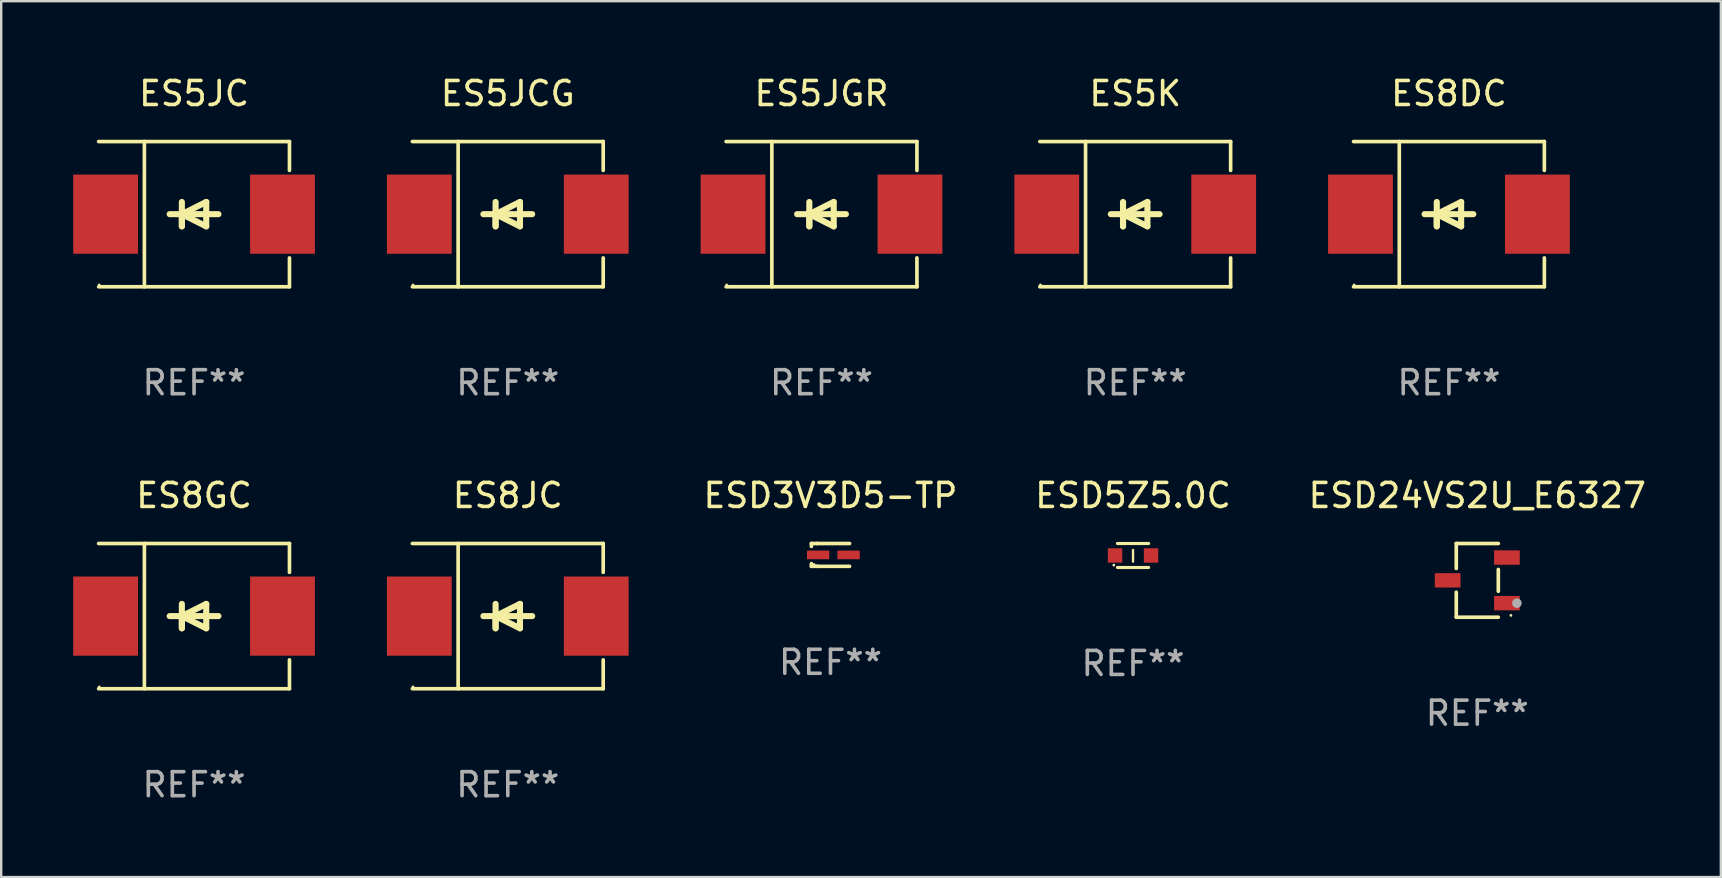
<source format=kicad_pcb>
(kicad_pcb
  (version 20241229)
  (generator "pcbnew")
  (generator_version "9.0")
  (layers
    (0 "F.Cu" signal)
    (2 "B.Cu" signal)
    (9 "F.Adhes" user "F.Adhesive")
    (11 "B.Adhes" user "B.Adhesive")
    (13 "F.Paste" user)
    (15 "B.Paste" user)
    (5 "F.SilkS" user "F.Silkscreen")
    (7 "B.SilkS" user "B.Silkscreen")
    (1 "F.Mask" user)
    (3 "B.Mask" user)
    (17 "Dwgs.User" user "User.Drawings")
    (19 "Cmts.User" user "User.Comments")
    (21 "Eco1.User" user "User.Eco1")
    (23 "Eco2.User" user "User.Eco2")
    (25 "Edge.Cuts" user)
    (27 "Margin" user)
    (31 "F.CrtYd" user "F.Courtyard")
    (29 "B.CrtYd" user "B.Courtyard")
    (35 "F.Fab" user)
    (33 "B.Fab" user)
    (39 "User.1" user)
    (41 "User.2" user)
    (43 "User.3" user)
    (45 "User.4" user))
  (footprint "ES8DC"
    (layer "F.Cu")
    (at 57.327 5.874)
    (property "Reference" "ES8DC" (at 0 -5.026 0) (layer "F.SilkS") (effects (font (size 1 1) (thickness 0.15))))
    (attr through_hole)
    (fp_line (start -3.976 -3.026) (end 3.976 -3.026) (stroke (width 0.152) (type solid)) (layer "F.SilkS"))
    (fp_line (start -3.976 3.026) (end 3.976 3.026) (stroke (width 0.152) (type solid)) (layer "F.SilkS"))
    (fp_line (start -2.069 -3.026) (end -2.069 3.026) (stroke (width 0.152) (type solid)) (layer "F.SilkS"))
    (fp_line (start -0.508 0) (end -0.508 0.508) (stroke (width 0.254) (type solid)) (layer "F.SilkS"))
    (fp_line (start -0.508 0) (end 0.508 0.508) (stroke (width 0.254) (type solid)) (layer "F.SilkS"))
    (fp_line (start -0.508 0.508) (end -0.508 -0.508) (stroke (width 0.254) (type solid)) (layer "F.SilkS"))
    (fp_line (start 0.508 -0.508) (end -0.508 0) (stroke (width 0.254) (type solid)) (layer "F.SilkS"))
    (fp_line (start 0.508 0.508) (end 0.508 -0.508) (stroke (width 0.254) (type solid)) (layer "F.SilkS"))
    (fp_line (start 1.016 0) (end -1.016 0) (stroke (width 0.254) (type solid)) (layer "F.SilkS"))
    (fp_line (start 3.976 -3.026) (end 3.976 -1.823) (stroke (width 0.152) (type solid)) (layer "F.SilkS"))
    (fp_line (start 3.976 3.026) (end 3.976 1.823) (stroke (width 0.152) (type solid)) (layer "F.SilkS"))
    (fp_circle (center -3.95 2.95) (end -3.92 2.95) (stroke (width 0.06) (type solid)) (fill no) (layer "F.SilkS"))
    (fp_text user "REF**" (at 0 7.026 0) (layer "F.Fab") (effects (font (size 1 1) (thickness 0.15))))
    (pad "1" smd rect (at -3.686 0) (size 2.7 3.3) (layers "F.Cu" "F.Mask" "F.Paste"))
    (pad "2" smd rect (at 3.686 0) (size 2.7 3.3) (layers "F.Cu" "F.Mask" "F.Paste")))
  (footprint "ESD5Z5.0C"
    (layer "F.Cu")
    (at 44.163 20.097)
    (property "Reference" "ESD5Z5.0C" (at 0 -2.5 0) (layer "F.SilkS") (effects (font (size 1 1) (thickness 0.15))))
    (attr through_hole)
    (fp_line (start -0.65 -0.5) (end 0.65 -0.5) (stroke (width 0.13) (type solid)) (layer "F.SilkS"))
    (fp_line (start -0.65 0.5) (end 0.65 0.5) (stroke (width 0.13) (type solid)) (layer "F.SilkS"))
    (fp_line (start 0 -0.229) (end 0 0.254) (stroke (width 0.1) (type solid)) (layer "F.SilkS"))
    (fp_circle (center -0.8 0.4) (end -0.77 0.4) (stroke (width 0.06) (type solid)) (fill no) (layer "F.SilkS"))
    (fp_text user "REF**" (at 0 4.5 0) (layer "F.Fab") (effects (font (size 1 1) (thickness 0.15))))
    (pad "1" smd rect (at -0.75 0) (size 0.6 0.6) (layers "F.Cu" "F.Mask" "F.Paste"))
    (pad "2" smd rect (at 0.75 0 180) (size 0.6 0.6) (layers "F.Cu" "F.Mask" "F.Paste")))
  (footprint "ESD24VS2U_E6327"
    (layer "F.Cu")
    (at 58.508 21.133)
    (property "Reference" "ESD24VS2U_E6327" (at 0 -3.536 0) (layer "F.SilkS") (effects (font (size 1 1) (thickness 0.15))))
    (attr through_hole)
    (fp_line (start -0.876 -1.536) (end -0.876 -0.495) (stroke (width 0.152) (type solid)) (layer "F.SilkS"))
    (fp_line (start -0.876 1.536) (end -0.876 0.495) (stroke (width 0.152) (type solid)) (layer "F.SilkS"))
    (fp_line (start 0.876 -1.536) (end -0.876 -1.536) (stroke (width 0.152) (type solid)) (layer "F.SilkS"))
    (fp_line (start 0.876 -0.455) (end 0.876 0.455) (stroke (width 0.152) (type solid)) (layer "F.SilkS"))
    (fp_line (start 0.876 1.536) (end -0.876 1.536) (stroke (width 0.152) (type solid)) (layer "F.SilkS"))
    (fp_circle (center 1.4 1.46) (end 1.43 1.46) (stroke (width 0.06) (type solid)) (fill no) (layer "F.SilkS"))
    (fp_circle (center 1.651 0.95) (end 1.751 0.95) (stroke (width 0.2) (type solid)) (fill no) (layer "F.Fab"))
    (fp_text user "REF**" (at 0 5.536 0) (layer "F.Fab") (effects (font (size 1 1) (thickness 0.15))))
    (pad "1" smd rect (at 1.235 0.95) (size 1.07 0.6) (layers "F.Cu" "F.Mask" "F.Paste"))
    (pad "2" smd rect (at 1.235 -0.95) (size 1.07 0.6) (layers "F.Cu" "F.Mask" "F.Paste"))
    (pad "3" smd rect (at -1.235 0) (size 1.07 0.6) (layers "F.Cu" "F.Mask" "F.Paste")))
  (footprint "ES8JC"
    (layer "F.Cu")
    (at 18.109 22.623)
    (property "Reference" "ES8JC" (at 0 -5.026 0) (layer "F.SilkS") (effects (font (size 1 1) (thickness 0.15))))
    (attr through_hole)
    (fp_line (start -3.976 -3.026) (end 3.976 -3.026) (stroke (width 0.152) (type solid)) (layer "F.SilkS"))
    (fp_line (start -3.976 3.026) (end 3.976 3.026) (stroke (width 0.152) (type solid)) (layer "F.SilkS"))
    (fp_line (start -2.069 -3.026) (end -2.069 3.026) (stroke (width 0.152) (type solid)) (layer "F.SilkS"))
    (fp_line (start -0.508 0) (end -0.508 0.508) (stroke (width 0.254) (type solid)) (layer "F.SilkS"))
    (fp_line (start -0.508 0) (end 0.508 0.508) (stroke (width 0.254) (type solid)) (layer "F.SilkS"))
    (fp_line (start -0.508 0.508) (end -0.508 -0.508) (stroke (width 0.254) (type solid)) (layer "F.SilkS"))
    (fp_line (start 0.508 -0.508) (end -0.508 0) (stroke (width 0.254) (type solid)) (layer "F.SilkS"))
    (fp_line (start 0.508 0.508) (end 0.508 -0.508) (stroke (width 0.254) (type solid)) (layer "F.SilkS"))
    (fp_line (start 1.016 0) (end -1.016 0) (stroke (width 0.254) (type solid)) (layer "F.SilkS"))
    (fp_line (start 3.976 -3.026) (end 3.976 -1.823) (stroke (width 0.152) (type solid)) (layer "F.SilkS"))
    (fp_line (start 3.976 3.026) (end 3.976 1.823) (stroke (width 0.152) (type solid)) (layer "F.SilkS"))
    (fp_circle (center -3.95 2.95) (end -3.92 2.95) (stroke (width 0.06) (type solid)) (fill no) (layer "F.SilkS"))
    (fp_text user "REF**" (at 0 7.026 0) (layer "F.Fab") (effects (font (size 1 1) (thickness 0.15))))
    (pad "1" smd rect (at -3.686 0) (size 2.7 3.3) (layers "F.Cu" "F.Mask" "F.Paste"))
    (pad "2" smd rect (at 3.686 0) (size 2.7 3.3) (layers "F.Cu" "F.Mask" "F.Paste")))
  (footprint "ESD3V3D5-TP"
    (layer "F.Cu")
    (at 31.556 20.073)
    (property "Reference" "ESD3V3D5-TP" (at 0 -2.476 0) (layer "F.SilkS") (effects (font (size 1 1) (thickness 0.15))))
    (attr through_hole)
    (fp_line (start -0.795 -0.476) (end -0.795 -0.356) (stroke (width 0.152) (type solid)) (layer "F.SilkS"))
    (fp_line (start -0.795 0.363) (end -0.795 0.476) (stroke (width 0.152) (type solid)) (layer "F.SilkS"))
    (fp_line (start -0.795 0.476) (end -0.557 0.476) (stroke (width 0.152) (type solid)) (layer "F.SilkS"))
    (fp_line (start -0.557 -0.476) (end -0.795 -0.476) (stroke (width 0.152) (type solid)) (layer "F.SilkS"))
    (fp_line (start -0.557 -0.476) (end 0.795 -0.476) (stroke (width 0.152) (type solid)) (layer "F.SilkS"))
    (fp_line (start -0.557 0.476) (end 0.795 0.476) (stroke (width 0.152) (type solid)) (layer "F.SilkS"))
    (fp_circle (center -0.681 0.4) (end -0.651 0.4) (stroke (width 0.06) (type solid)) (fill no) (layer "F.SilkS"))
    (fp_text user "REF**" (at 0 4.476 0) (layer "F.Fab") (effects (font (size 1 1) (thickness 0.15))))
    (pad "1" smd rect (at -0.516 0 180) (size 0.93 0.36) (layers "F.Cu" "F.Mask" "F.Paste"))
    (pad "2" smd rect (at 0.754 0 180) (size 0.93 0.36) (layers "F.Cu" "F.Mask" "F.Paste")))
  (footprint "ES5JCG"
    (layer "F.Cu")
    (at 18.109 5.874)
    (property "Reference" "ES5JCG" (at 0 -5.026 0) (layer "F.SilkS") (effects (font (size 1 1) (thickness 0.15))))
    (attr through_hole)
    (fp_line (start -3.976 -3.026) (end 3.976 -3.026) (stroke (width 0.152) (type solid)) (layer "F.SilkS"))
    (fp_line (start -3.976 3.026) (end 3.976 3.026) (stroke (width 0.152) (type solid)) (layer "F.SilkS"))
    (fp_line (start -2.069 -3.026) (end -2.069 3.026) (stroke (width 0.152) (type solid)) (layer "F.SilkS"))
    (fp_line (start -0.508 0) (end -0.508 0.508) (stroke (width 0.254) (type solid)) (layer "F.SilkS"))
    (fp_line (start -0.508 0) (end 0.508 0.508) (stroke (width 0.254) (type solid)) (layer "F.SilkS"))
    (fp_line (start -0.508 0.508) (end -0.508 -0.508) (stroke (width 0.254) (type solid)) (layer "F.SilkS"))
    (fp_line (start 0.508 -0.508) (end -0.508 0) (stroke (width 0.254) (type solid)) (layer "F.SilkS"))
    (fp_line (start 0.508 0.508) (end 0.508 -0.508) (stroke (width 0.254) (type solid)) (layer "F.SilkS"))
    (fp_line (start 1.016 0) (end -1.016 0) (stroke (width 0.254) (type solid)) (layer "F.SilkS"))
    (fp_line (start 3.976 -3.026) (end 3.976 -1.823) (stroke (width 0.152) (type solid)) (layer "F.SilkS"))
    (fp_line (start 3.976 3.026) (end 3.976 1.823) (stroke (width 0.152) (type solid)) (layer "F.SilkS"))
    (fp_circle (center -3.95 2.95) (end -3.92 2.95) (stroke (width 0.06) (type solid)) (fill no) (layer "F.SilkS"))
    (fp_text user "REF**" (at 0 7.026 0) (layer "F.Fab") (effects (font (size 1 1) (thickness 0.15))))
    (pad "1" smd rect (at -3.686 0) (size 2.7 3.3) (layers "F.Cu" "F.Mask" "F.Paste"))
    (pad "2" smd rect (at 3.686 0) (size 2.7 3.3) (layers "F.Cu" "F.Mask" "F.Paste")))
  (footprint "ES5JC"
    (layer "F.Cu")
    (at 5.036 5.874)
    (property "Reference" "ES5JC" (at 0 -5.026 0) (layer "F.SilkS") (effects (font (size 1 1) (thickness 0.15))))
    (attr through_hole)
    (fp_line (start -3.976 -3.026) (end 3.976 -3.026) (stroke (width 0.152) (type solid)) (layer "F.SilkS"))
    (fp_line (start -3.976 3.026) (end 3.976 3.026) (stroke (width 0.152) (type solid)) (layer "F.SilkS"))
    (fp_line (start -2.069 -3.026) (end -2.069 3.026) (stroke (width 0.152) (type solid)) (layer "F.SilkS"))
    (fp_line (start -0.508 0) (end -0.508 0.508) (stroke (width 0.254) (type solid)) (layer "F.SilkS"))
    (fp_line (start -0.508 0) (end 0.508 0.508) (stroke (width 0.254) (type solid)) (layer "F.SilkS"))
    (fp_line (start -0.508 0.508) (end -0.508 -0.508) (stroke (width 0.254) (type solid)) (layer "F.SilkS"))
    (fp_line (start 0.508 -0.508) (end -0.508 0) (stroke (width 0.254) (type solid)) (layer "F.SilkS"))
    (fp_line (start 0.508 0.508) (end 0.508 -0.508) (stroke (width 0.254) (type solid)) (layer "F.SilkS"))
    (fp_line (start 1.016 0) (end -1.016 0) (stroke (width 0.254) (type solid)) (layer "F.SilkS"))
    (fp_line (start 3.976 -3.026) (end 3.976 -1.823) (stroke (width 0.152) (type solid)) (layer "F.SilkS"))
    (fp_line (start 3.976 3.026) (end 3.976 1.823) (stroke (width 0.152) (type solid)) (layer "F.SilkS"))
    (fp_circle (center -3.95 2.95) (end -3.92 2.95) (stroke (width 0.06) (type solid)) (fill no) (layer "F.SilkS"))
    (fp_text user "REF**" (at 0 7.026 0) (layer "F.Fab") (effects (font (size 1 1) (thickness 0.15))))
    (pad "1" smd rect (at -3.686 0) (size 2.7 3.3) (layers "F.Cu" "F.Mask" "F.Paste"))
    (pad "2" smd rect (at 3.686 0) (size 2.7 3.3) (layers "F.Cu" "F.Mask" "F.Paste")))
  (footprint "ES5K"
    (layer "F.Cu")
    (at 44.254 5.874)
    (property "Reference" "ES5K" (at 0 -5.026 0) (layer "F.SilkS") (effects (font (size 1 1) (thickness 0.15))))
    (attr through_hole)
    (fp_line (start -3.976 -3.026) (end 3.976 -3.026) (stroke (width 0.152) (type solid)) (layer "F.SilkS"))
    (fp_line (start -3.976 3.026) (end 3.976 3.026) (stroke (width 0.152) (type solid)) (layer "F.SilkS"))
    (fp_line (start -2.069 -3.026) (end -2.069 3.026) (stroke (width 0.152) (type solid)) (layer "F.SilkS"))
    (fp_line (start -0.508 0) (end -0.508 0.508) (stroke (width 0.254) (type solid)) (layer "F.SilkS"))
    (fp_line (start -0.508 0) (end 0.508 0.508) (stroke (width 0.254) (type solid)) (layer "F.SilkS"))
    (fp_line (start -0.508 0.508) (end -0.508 -0.508) (stroke (width 0.254) (type solid)) (layer "F.SilkS"))
    (fp_line (start 0.508 -0.508) (end -0.508 0) (stroke (width 0.254) (type solid)) (layer "F.SilkS"))
    (fp_line (start 0.508 0.508) (end 0.508 -0.508) (stroke (width 0.254) (type solid)) (layer "F.SilkS"))
    (fp_line (start 1.016 0) (end -1.016 0) (stroke (width 0.254) (type solid)) (layer "F.SilkS"))
    (fp_line (start 3.976 -3.026) (end 3.976 -1.823) (stroke (width 0.152) (type solid)) (layer "F.SilkS"))
    (fp_line (start 3.976 3.026) (end 3.976 1.823) (stroke (width 0.152) (type solid)) (layer "F.SilkS"))
    (fp_circle (center -3.95 2.95) (end -3.92 2.95) (stroke (width 0.06) (type solid)) (fill no) (layer "F.SilkS"))
    (fp_text user "REF**" (at 0 7.026 0) (layer "F.Fab") (effects (font (size 1 1) (thickness 0.15))))
    (pad "1" smd rect (at -3.686 0) (size 2.7 3.3) (layers "F.Cu" "F.Mask" "F.Paste"))
    (pad "2" smd rect (at 3.686 0) (size 2.7 3.3) (layers "F.Cu" "F.Mask" "F.Paste")))
  (footprint "ES5JGR"
    (layer "F.Cu")
    (at 31.182 5.874)
    (property "Reference" "ES5JGR" (at 0 -5.026 0) (layer "F.SilkS") (effects (font (size 1 1) (thickness 0.15))))
    (attr through_hole)
    (fp_line (start -3.976 -3.026) (end 3.976 -3.026) (stroke (width 0.152) (type solid)) (layer "F.SilkS"))
    (fp_line (start -3.976 3.026) (end 3.976 3.026) (stroke (width 0.152) (type solid)) (layer "F.SilkS"))
    (fp_line (start -2.069 -3.026) (end -2.069 3.026) (stroke (width 0.152) (type solid)) (layer "F.SilkS"))
    (fp_line (start -0.508 0) (end -0.508 0.508) (stroke (width 0.254) (type solid)) (layer "F.SilkS"))
    (fp_line (start -0.508 0) (end 0.508 0.508) (stroke (width 0.254) (type solid)) (layer "F.SilkS"))
    (fp_line (start -0.508 0.508) (end -0.508 -0.508) (stroke (width 0.254) (type solid)) (layer "F.SilkS"))
    (fp_line (start 0.508 -0.508) (end -0.508 0) (stroke (width 0.254) (type solid)) (layer "F.SilkS"))
    (fp_line (start 0.508 0.508) (end 0.508 -0.508) (stroke (width 0.254) (type solid)) (layer "F.SilkS"))
    (fp_line (start 1.016 0) (end -1.016 0) (stroke (width 0.254) (type solid)) (layer "F.SilkS"))
    (fp_line (start 3.976 -3.026) (end 3.976 -1.823) (stroke (width 0.152) (type solid)) (layer "F.SilkS"))
    (fp_line (start 3.976 3.026) (end 3.976 1.823) (stroke (width 0.152) (type solid)) (layer "F.SilkS"))
    (fp_circle (center -3.95 2.95) (end -3.92 2.95) (stroke (width 0.06) (type solid)) (fill no) (layer "F.SilkS"))
    (fp_text user "REF**" (at 0 7.026 0) (layer "F.Fab") (effects (font (size 1 1) (thickness 0.15))))
    (pad "1" smd rect (at -3.686 0) (size 2.7 3.3) (layers "F.Cu" "F.Mask" "F.Paste"))
    (pad "2" smd rect (at 3.686 0) (size 2.7 3.3) (layers "F.Cu" "F.Mask" "F.Paste")))
  (footprint "ES8GC"
    (layer "F.Cu")
    (at 5.036 22.623)
    (property "Reference" "ES8GC" (at 0 -5.026 0) (layer "F.SilkS") (effects (font (size 1 1) (thickness 0.15))))
    (attr through_hole)
    (fp_line (start -3.976 -3.026) (end 3.976 -3.026) (stroke (width 0.152) (type solid)) (layer "F.SilkS"))
    (fp_line (start -3.976 3.026) (end 3.976 3.026) (stroke (width 0.152) (type solid)) (layer "F.SilkS"))
    (fp_line (start -2.069 -3.026) (end -2.069 3.026) (stroke (width 0.152) (type solid)) (layer "F.SilkS"))
    (fp_line (start -0.508 0) (end -0.508 0.508) (stroke (width 0.254) (type solid)) (layer "F.SilkS"))
    (fp_line (start -0.508 0) (end 0.508 0.508) (stroke (width 0.254) (type solid)) (layer "F.SilkS"))
    (fp_line (start -0.508 0.508) (end -0.508 -0.508) (stroke (width 0.254) (type solid)) (layer "F.SilkS"))
    (fp_line (start 0.508 -0.508) (end -0.508 0) (stroke (width 0.254) (type solid)) (layer "F.SilkS"))
    (fp_line (start 0.508 0.508) (end 0.508 -0.508) (stroke (width 0.254) (type solid)) (layer "F.SilkS"))
    (fp_line (start 1.016 0) (end -1.016 0) (stroke (width 0.254) (type solid)) (layer "F.SilkS"))
    (fp_line (start 3.976 -3.026) (end 3.976 -1.823) (stroke (width 0.152) (type solid)) (layer "F.SilkS"))
    (fp_line (start 3.976 3.026) (end 3.976 1.823) (stroke (width 0.152) (type solid)) (layer "F.SilkS"))
    (fp_circle (center -3.95 2.95) (end -3.92 2.95) (stroke (width 0.06) (type solid)) (fill no) (layer "F.SilkS"))
    (fp_text user "REF**" (at 0 7.026 0) (layer "F.Fab") (effects (font (size 1 1) (thickness 0.15))))
    (pad "1" smd rect (at -3.686 0) (size 2.7 3.3) (layers "F.Cu" "F.Mask" "F.Paste"))
    (pad "2" smd rect (at 3.686 0) (size 2.7 3.3) (layers "F.Cu" "F.Mask" "F.Paste")))
  (gr_rect
    (start -3 -3)
    (end 68.657 33.498)
    (stroke (width 0.1) (type default))
    (fill no)
    (layer "Edge.Cuts")))
</source>
